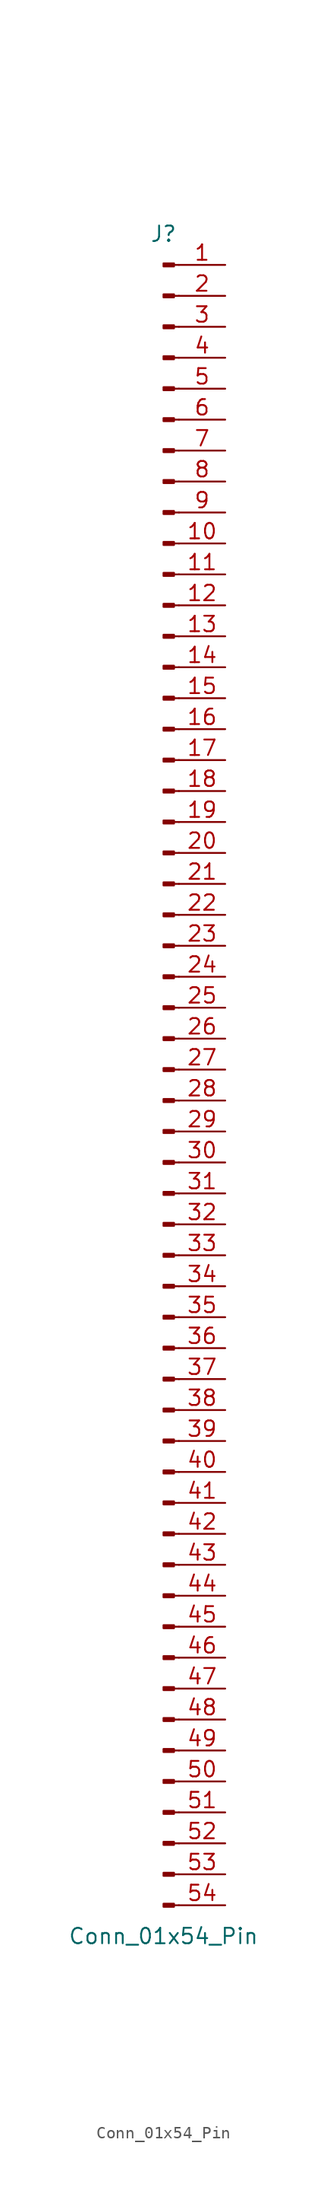
<source format=kicad_sym>
(kicad_symbol_lib
  (version 20241209)
  (generator "kicad_symbol_editor")
  (generator_version "9.0")
  (symbol "Conn_01x54_Pin"
    (pin_names
      (offset 1.016)
      (hide yes))
    (property "Reference" "J"
      (at 0 68.58 0)
      (effects (font (size 1.27 1.27))))
    (property "Value" "Conn_01x54_Pin"
      (at 0 -71.12 0)
      (effects (font (size 1.27 1.27))))
    (property "ki_locked" ""
      (at 0 0 0)
      (effects (font (size 1.27 1.27))))
    (symbol "Conn_01x54_Pin_1_1"
      (rectangle (start 0.864 66.167) (end 0 65.913) (stroke (width 0.152) (type default)) (fill (type outline)))
      (rectangle (start 0.864 63.627) (end 0 63.373) (stroke (width 0.152) (type default)) (fill (type outline)))
      (rectangle (start 0.864 61.087) (end 0 60.833) (stroke (width 0.152) (type default)) (fill (type outline)))
      (rectangle (start 0.864 58.547) (end 0 58.293) (stroke (width 0.152) (type default)) (fill (type outline)))
      (rectangle (start 0.864 56.007) (end 0 55.753) (stroke (width 0.152) (type default)) (fill (type outline)))
      (rectangle (start 0.864 53.467) (end 0 53.213) (stroke (width 0.152) (type default)) (fill (type outline)))
      (rectangle (start 0.864 50.927) (end 0 50.673) (stroke (width 0.152) (type default)) (fill (type outline)))
      (rectangle (start 0.864 48.387) (end 0 48.133) (stroke (width 0.152) (type default)) (fill (type outline)))
      (rectangle (start 0.864 45.847) (end 0 45.593) (stroke (width 0.152) (type default)) (fill (type outline)))
      (rectangle (start 0.864 43.307) (end 0 43.053) (stroke (width 0.152) (type default)) (fill (type outline)))
      (rectangle (start 0.864 40.767) (end 0 40.513) (stroke (width 0.152) (type default)) (fill (type outline)))
      (rectangle (start 0.864 38.227) (end 0 37.973) (stroke (width 0.152) (type default)) (fill (type outline)))
      (rectangle (start 0.864 35.687) (end 0 35.433) (stroke (width 0.152) (type default)) (fill (type outline)))
      (rectangle (start 0.864 33.147) (end 0 32.893) (stroke (width 0.152) (type default)) (fill (type outline)))
      (rectangle (start 0.864 30.607) (end 0 30.353) (stroke (width 0.152) (type default)) (fill (type outline)))
      (rectangle (start 0.864 28.067) (end 0 27.813) (stroke (width 0.152) (type default)) (fill (type outline)))
      (rectangle (start 0.864 25.527) (end 0 25.273) (stroke (width 0.152) (type default)) (fill (type outline)))
      (rectangle (start 0.864 22.987) (end 0 22.733) (stroke (width 0.152) (type default)) (fill (type outline)))
      (rectangle (start 0.864 20.447) (end 0 20.193) (stroke (width 0.152) (type default)) (fill (type outline)))
      (rectangle (start 0.864 17.907) (end 0 17.653) (stroke (width 0.152) (type default)) (fill (type outline)))
      (rectangle (start 0.864 15.367) (end 0 15.113) (stroke (width 0.152) (type default)) (fill (type outline)))
      (rectangle (start 0.864 12.827) (end 0 12.573) (stroke (width 0.152) (type default)) (fill (type outline)))
      (rectangle (start 0.864 10.287) (end 0 10.033) (stroke (width 0.152) (type default)) (fill (type outline)))
      (rectangle (start 0.864 7.747) (end 0 7.493) (stroke (width 0.152) (type default)) (fill (type outline)))
      (rectangle (start 0.864 5.207) (end 0 4.953) (stroke (width 0.152) (type default)) (fill (type outline)))
      (rectangle (start 0.864 2.667) (end 0 2.413) (stroke (width 0.152) (type default)) (fill (type outline)))
      (rectangle (start 0.864 0.127) (end 0 -0.127) (stroke (width 0.152) (type default)) (fill (type outline)))
      (rectangle (start 0.864 -2.413) (end 0 -2.667) (stroke (width 0.152) (type default)) (fill (type outline)))
      (rectangle (start 0.864 -4.953) (end 0 -5.207) (stroke (width 0.152) (type default)) (fill (type outline)))
      (rectangle (start 0.864 -7.493) (end 0 -7.747) (stroke (width 0.152) (type default)) (fill (type outline)))
      (rectangle (start 0.864 -10.033) (end 0 -10.287) (stroke (width 0.152) (type default)) (fill (type outline)))
      (rectangle (start 0.864 -12.573) (end 0 -12.827) (stroke (width 0.152) (type default)) (fill (type outline)))
      (rectangle (start 0.864 -15.113) (end 0 -15.367) (stroke (width 0.152) (type default)) (fill (type outline)))
      (rectangle (start 0.864 -17.653) (end 0 -17.907) (stroke (width 0.152) (type default)) (fill (type outline)))
      (rectangle (start 0.864 -20.193) (end 0 -20.447) (stroke (width 0.152) (type default)) (fill (type outline)))
      (rectangle (start 0.864 -22.733) (end 0 -22.987) (stroke (width 0.152) (type default)) (fill (type outline)))
      (rectangle (start 0.864 -25.273) (end 0 -25.527) (stroke (width 0.152) (type default)) (fill (type outline)))
      (rectangle (start 0.864 -27.813) (end 0 -28.067) (stroke (width 0.152) (type default)) (fill (type outline)))
      (rectangle (start 0.864 -30.353) (end 0 -30.607) (stroke (width 0.152) (type default)) (fill (type outline)))
      (rectangle (start 0.864 -32.893) (end 0 -33.147) (stroke (width 0.152) (type default)) (fill (type outline)))
      (rectangle (start 0.864 -35.433) (end 0 -35.687) (stroke (width 0.152) (type default)) (fill (type outline)))
      (rectangle (start 0.864 -37.973) (end 0 -38.227) (stroke (width 0.152) (type default)) (fill (type outline)))
      (rectangle (start 0.864 -40.513) (end 0 -40.767) (stroke (width 0.152) (type default)) (fill (type outline)))
      (rectangle (start 0.864 -43.053) (end 0 -43.307) (stroke (width 0.152) (type default)) (fill (type outline)))
      (rectangle (start 0.864 -45.593) (end 0 -45.847) (stroke (width 0.152) (type default)) (fill (type outline)))
      (rectangle (start 0.864 -48.133) (end 0 -48.387) (stroke (width 0.152) (type default)) (fill (type outline)))
      (rectangle (start 0.864 -50.673) (end 0 -50.927) (stroke (width 0.152) (type default)) (fill (type outline)))
      (rectangle (start 0.864 -53.213) (end 0 -53.467) (stroke (width 0.152) (type default)) (fill (type outline)))
      (rectangle (start 0.864 -55.753) (end 0 -56.007) (stroke (width 0.152) (type default)) (fill (type outline)))
      (rectangle (start 0.864 -58.293) (end 0 -58.547) (stroke (width 0.152) (type default)) (fill (type outline)))
      (rectangle (start 0.864 -60.833) (end 0 -61.087) (stroke (width 0.152) (type default)) (fill (type outline)))
      (rectangle (start 0.864 -63.373) (end 0 -63.627) (stroke (width 0.152) (type default)) (fill (type outline)))
      (rectangle (start 0.864 -65.913) (end 0 -66.167) (stroke (width 0.152) (type default)) (fill (type outline)))
      (rectangle (start 0.864 -68.453) (end 0 -68.707) (stroke (width 0.152) (type default)) (fill (type outline)))
      (polyline (pts (xy 1.27 66.04) (xy 0.864 66.04)) (stroke (width 0.152) (type default)) (fill (type none)))
      (polyline (pts (xy 1.27 63.5) (xy 0.864 63.5)) (stroke (width 0.152) (type default)) (fill (type none)))
      (polyline (pts (xy 1.27 60.96) (xy 0.864 60.96)) (stroke (width 0.152) (type default)) (fill (type none)))
      (polyline (pts (xy 1.27 58.42) (xy 0.864 58.42)) (stroke (width 0.152) (type default)) (fill (type none)))
      (polyline (pts (xy 1.27 55.88) (xy 0.864 55.88)) (stroke (width 0.152) (type default)) (fill (type none)))
      (polyline (pts (xy 1.27 53.34) (xy 0.864 53.34)) (stroke (width 0.152) (type default)) (fill (type none)))
      (polyline (pts (xy 1.27 50.8) (xy 0.864 50.8)) (stroke (width 0.152) (type default)) (fill (type none)))
      (polyline (pts (xy 1.27 48.26) (xy 0.864 48.26)) (stroke (width 0.152) (type default)) (fill (type none)))
      (polyline (pts (xy 1.27 45.72) (xy 0.864 45.72)) (stroke (width 0.152) (type default)) (fill (type none)))
      (polyline (pts (xy 1.27 43.18) (xy 0.864 43.18)) (stroke (width 0.152) (type default)) (fill (type none)))
      (polyline (pts (xy 1.27 40.64) (xy 0.864 40.64)) (stroke (width 0.152) (type default)) (fill (type none)))
      (polyline (pts (xy 1.27 38.1) (xy 0.864 38.1)) (stroke (width 0.152) (type default)) (fill (type none)))
      (polyline (pts (xy 1.27 35.56) (xy 0.864 35.56)) (stroke (width 0.152) (type default)) (fill (type none)))
      (polyline (pts (xy 1.27 33.02) (xy 0.864 33.02)) (stroke (width 0.152) (type default)) (fill (type none)))
      (polyline (pts (xy 1.27 30.48) (xy 0.864 30.48)) (stroke (width 0.152) (type default)) (fill (type none)))
      (polyline (pts (xy 1.27 27.94) (xy 0.864 27.94)) (stroke (width 0.152) (type default)) (fill (type none)))
      (polyline (pts (xy 1.27 25.4) (xy 0.864 25.4)) (stroke (width 0.152) (type default)) (fill (type none)))
      (polyline (pts (xy 1.27 22.86) (xy 0.864 22.86)) (stroke (width 0.152) (type default)) (fill (type none)))
      (polyline (pts (xy 1.27 20.32) (xy 0.864 20.32)) (stroke (width 0.152) (type default)) (fill (type none)))
      (polyline (pts (xy 1.27 17.78) (xy 0.864 17.78)) (stroke (width 0.152) (type default)) (fill (type none)))
      (polyline (pts (xy 1.27 15.24) (xy 0.864 15.24)) (stroke (width 0.152) (type default)) (fill (type none)))
      (polyline (pts (xy 1.27 12.7) (xy 0.864 12.7)) (stroke (width 0.152) (type default)) (fill (type none)))
      (polyline (pts (xy 1.27 10.16) (xy 0.864 10.16)) (stroke (width 0.152) (type default)) (fill (type none)))
      (polyline (pts (xy 1.27 7.62) (xy 0.864 7.62)) (stroke (width 0.152) (type default)) (fill (type none)))
      (polyline (pts (xy 1.27 5.08) (xy 0.864 5.08)) (stroke (width 0.152) (type default)) (fill (type none)))
      (polyline (pts (xy 1.27 2.54) (xy 0.864 2.54)) (stroke (width 0.152) (type default)) (fill (type none)))
      (polyline (pts (xy 1.27 0) (xy 0.864 0)) (stroke (width 0.152) (type default)) (fill (type none)))
      (polyline (pts (xy 1.27 -2.54) (xy 0.864 -2.54)) (stroke (width 0.152) (type default)) (fill (type none)))
      (polyline (pts (xy 1.27 -5.08) (xy 0.864 -5.08)) (stroke (width 0.152) (type default)) (fill (type none)))
      (polyline (pts (xy 1.27 -7.62) (xy 0.864 -7.62)) (stroke (width 0.152) (type default)) (fill (type none)))
      (polyline (pts (xy 1.27 -10.16) (xy 0.864 -10.16)) (stroke (width 0.152) (type default)) (fill (type none)))
      (polyline (pts (xy 1.27 -12.7) (xy 0.864 -12.7)) (stroke (width 0.152) (type default)) (fill (type none)))
      (polyline (pts (xy 1.27 -15.24) (xy 0.864 -15.24)) (stroke (width 0.152) (type default)) (fill (type none)))
      (polyline (pts (xy 1.27 -17.78) (xy 0.864 -17.78)) (stroke (width 0.152) (type default)) (fill (type none)))
      (polyline (pts (xy 1.27 -20.32) (xy 0.864 -20.32)) (stroke (width 0.152) (type default)) (fill (type none)))
      (polyline (pts (xy 1.27 -22.86) (xy 0.864 -22.86)) (stroke (width 0.152) (type default)) (fill (type none)))
      (polyline (pts (xy 1.27 -25.4) (xy 0.864 -25.4)) (stroke (width 0.152) (type default)) (fill (type none)))
      (polyline (pts (xy 1.27 -27.94) (xy 0.864 -27.94)) (stroke (width 0.152) (type default)) (fill (type none)))
      (polyline (pts (xy 1.27 -30.48) (xy 0.864 -30.48)) (stroke (width 0.152) (type default)) (fill (type none)))
      (polyline (pts (xy 1.27 -33.02) (xy 0.864 -33.02)) (stroke (width 0.152) (type default)) (fill (type none)))
      (polyline (pts (xy 1.27 -35.56) (xy 0.864 -35.56)) (stroke (width 0.152) (type default)) (fill (type none)))
      (polyline (pts (xy 1.27 -38.1) (xy 0.864 -38.1)) (stroke (width 0.152) (type default)) (fill (type none)))
      (polyline (pts (xy 1.27 -40.64) (xy 0.864 -40.64)) (stroke (width 0.152) (type default)) (fill (type none)))
      (polyline (pts (xy 1.27 -43.18) (xy 0.864 -43.18)) (stroke (width 0.152) (type default)) (fill (type none)))
      (polyline (pts (xy 1.27 -45.72) (xy 0.864 -45.72)) (stroke (width 0.152) (type default)) (fill (type none)))
      (polyline (pts (xy 1.27 -48.26) (xy 0.864 -48.26)) (stroke (width 0.152) (type default)) (fill (type none)))
      (polyline (pts (xy 1.27 -50.8) (xy 0.864 -50.8)) (stroke (width 0.152) (type default)) (fill (type none)))
      (polyline (pts (xy 1.27 -53.34) (xy 0.864 -53.34)) (stroke (width 0.152) (type default)) (fill (type none)))
      (polyline (pts (xy 1.27 -55.88) (xy 0.864 -55.88)) (stroke (width 0.152) (type default)) (fill (type none)))
      (polyline (pts (xy 1.27 -58.42) (xy 0.864 -58.42)) (stroke (width 0.152) (type default)) (fill (type none)))
      (polyline (pts (xy 1.27 -60.96) (xy 0.864 -60.96)) (stroke (width 0.152) (type default)) (fill (type none)))
      (polyline (pts (xy 1.27 -63.5) (xy 0.864 -63.5)) (stroke (width 0.152) (type default)) (fill (type none)))
      (polyline (pts (xy 1.27 -66.04) (xy 0.864 -66.04)) (stroke (width 0.152) (type default)) (fill (type none)))
      (polyline (pts (xy 1.27 -68.58) (xy 0.864 -68.58)) (stroke (width 0.152) (type default)) (fill (type none)))
      (pin passive line (at 5.08 66.04 180) (length 3.81) (name "Pin_1" (effects (font (size 1.27 1.27)))) (number "1" (effects (font (size 1.27 1.27)))))
      (pin passive line (at 5.08 63.5 180) (length 3.81) (name "Pin_2" (effects (font (size 1.27 1.27)))) (number "2" (effects (font (size 1.27 1.27)))))
      (pin passive line (at 5.08 60.96 180) (length 3.81) (name "Pin_3" (effects (font (size 1.27 1.27)))) (number "3" (effects (font (size 1.27 1.27)))))
      (pin passive line (at 5.08 58.42 180) (length 3.81) (name "Pin_4" (effects (font (size 1.27 1.27)))) (number "4" (effects (font (size 1.27 1.27)))))
      (pin passive line (at 5.08 55.88 180) (length 3.81) (name "Pin_5" (effects (font (size 1.27 1.27)))) (number "5" (effects (font (size 1.27 1.27)))))
      (pin passive line (at 5.08 53.34 180) (length 3.81) (name "Pin_6" (effects (font (size 1.27 1.27)))) (number "6" (effects (font (size 1.27 1.27)))))
      (pin passive line (at 5.08 50.8 180) (length 3.81) (name "Pin_7" (effects (font (size 1.27 1.27)))) (number "7" (effects (font (size 1.27 1.27)))))
      (pin passive line (at 5.08 48.26 180) (length 3.81) (name "Pin_8" (effects (font (size 1.27 1.27)))) (number "8" (effects (font (size 1.27 1.27)))))
      (pin passive line (at 5.08 45.72 180) (length 3.81) (name "Pin_9" (effects (font (size 1.27 1.27)))) (number "9" (effects (font (size 1.27 1.27)))))
      (pin passive line (at 5.08 43.18 180) (length 3.81) (name "Pin_10" (effects (font (size 1.27 1.27)))) (number "10" (effects (font (size 1.27 1.27)))))
      (pin passive line (at 5.08 40.64 180) (length 3.81) (name "Pin_11" (effects (font (size 1.27 1.27)))) (number "11" (effects (font (size 1.27 1.27)))))
      (pin passive line (at 5.08 38.1 180) (length 3.81) (name "Pin_12" (effects (font (size 1.27 1.27)))) (number "12" (effects (font (size 1.27 1.27)))))
      (pin passive line (at 5.08 35.56 180) (length 3.81) (name "Pin_13" (effects (font (size 1.27 1.27)))) (number "13" (effects (font (size 1.27 1.27)))))
      (pin passive line (at 5.08 33.02 180) (length 3.81) (name "Pin_14" (effects (font (size 1.27 1.27)))) (number "14" (effects (font (size 1.27 1.27)))))
      (pin passive line (at 5.08 30.48 180) (length 3.81) (name "Pin_15" (effects (font (size 1.27 1.27)))) (number "15" (effects (font (size 1.27 1.27)))))
      (pin passive line (at 5.08 27.94 180) (length 3.81) (name "Pin_16" (effects (font (size 1.27 1.27)))) (number "16" (effects (font (size 1.27 1.27)))))
      (pin passive line (at 5.08 25.4 180) (length 3.81) (name "Pin_17" (effects (font (size 1.27 1.27)))) (number "17" (effects (font (size 1.27 1.27)))))
      (pin passive line (at 5.08 22.86 180) (length 3.81) (name "Pin_18" (effects (font (size 1.27 1.27)))) (number "18" (effects (font (size 1.27 1.27)))))
      (pin passive line (at 5.08 20.32 180) (length 3.81) (name "Pin_19" (effects (font (size 1.27 1.27)))) (number "19" (effects (font (size 1.27 1.27)))))
      (pin passive line (at 5.08 17.78 180) (length 3.81) (name "Pin_20" (effects (font (size 1.27 1.27)))) (number "20" (effects (font (size 1.27 1.27)))))
      (pin passive line (at 5.08 15.24 180) (length 3.81) (name "Pin_21" (effects (font (size 1.27 1.27)))) (number "21" (effects (font (size 1.27 1.27)))))
      (pin passive line (at 5.08 12.7 180) (length 3.81) (name "Pin_22" (effects (font (size 1.27 1.27)))) (number "22" (effects (font (size 1.27 1.27)))))
      (pin passive line (at 5.08 10.16 180) (length 3.81) (name "Pin_23" (effects (font (size 1.27 1.27)))) (number "23" (effects (font (size 1.27 1.27)))))
      (pin passive line (at 5.08 7.62 180) (length 3.81) (name "Pin_24" (effects (font (size 1.27 1.27)))) (number "24" (effects (font (size 1.27 1.27)))))
      (pin passive line (at 5.08 5.08 180) (length 3.81) (name "Pin_25" (effects (font (size 1.27 1.27)))) (number "25" (effects (font (size 1.27 1.27)))))
      (pin passive line (at 5.08 2.54 180) (length 3.81) (name "Pin_26" (effects (font (size 1.27 1.27)))) (number "26" (effects (font (size 1.27 1.27)))))
      (pin passive line (at 5.08 0 180) (length 3.81) (name "Pin_27" (effects (font (size 1.27 1.27)))) (number "27" (effects (font (size 1.27 1.27)))))
      (pin passive line (at 5.08 -2.54 180) (length 3.81) (name "Pin_28" (effects (font (size 1.27 1.27)))) (number "28" (effects (font (size 1.27 1.27)))))
      (pin passive line (at 5.08 -5.08 180) (length 3.81) (name "Pin_29" (effects (font (size 1.27 1.27)))) (number "29" (effects (font (size 1.27 1.27)))))
      (pin passive line (at 5.08 -7.62 180) (length 3.81) (name "Pin_30" (effects (font (size 1.27 1.27)))) (number "30" (effects (font (size 1.27 1.27)))))
      (pin passive line (at 5.08 -10.16 180) (length 3.81) (name "Pin_31" (effects (font (size 1.27 1.27)))) (number "31" (effects (font (size 1.27 1.27)))))
      (pin passive line (at 5.08 -12.7 180) (length 3.81) (name "Pin_32" (effects (font (size 1.27 1.27)))) (number "32" (effects (font (size 1.27 1.27)))))
      (pin passive line (at 5.08 -15.24 180) (length 3.81) (name "Pin_33" (effects (font (size 1.27 1.27)))) (number "33" (effects (font (size 1.27 1.27)))))
      (pin passive line (at 5.08 -17.78 180) (length 3.81) (name "Pin_34" (effects (font (size 1.27 1.27)))) (number "34" (effects (font (size 1.27 1.27)))))
      (pin passive line (at 5.08 -20.32 180) (length 3.81) (name "Pin_35" (effects (font (size 1.27 1.27)))) (number "35" (effects (font (size 1.27 1.27)))))
      (pin passive line (at 5.08 -22.86 180) (length 3.81) (name "Pin_36" (effects (font (size 1.27 1.27)))) (number "36" (effects (font (size 1.27 1.27)))))
      (pin passive line (at 5.08 -25.4 180) (length 3.81) (name "Pin_37" (effects (font (size 1.27 1.27)))) (number "37" (effects (font (size 1.27 1.27)))))
      (pin passive line (at 5.08 -27.94 180) (length 3.81) (name "Pin_38" (effects (font (size 1.27 1.27)))) (number "38" (effects (font (size 1.27 1.27)))))
      (pin passive line (at 5.08 -30.48 180) (length 3.81) (name "Pin_39" (effects (font (size 1.27 1.27)))) (number "39" (effects (font (size 1.27 1.27)))))
      (pin passive line (at 5.08 -33.02 180) (length 3.81) (name "Pin_40" (effects (font (size 1.27 1.27)))) (number "40" (effects (font (size 1.27 1.27)))))
      (pin passive line (at 5.08 -35.56 180) (length 3.81) (name "Pin_41" (effects (font (size 1.27 1.27)))) (number "41" (effects (font (size 1.27 1.27)))))
      (pin passive line (at 5.08 -38.1 180) (length 3.81) (name "Pin_42" (effects (font (size 1.27 1.27)))) (number "42" (effects (font (size 1.27 1.27)))))
      (pin passive line (at 5.08 -40.64 180) (length 3.81) (name "Pin_43" (effects (font (size 1.27 1.27)))) (number "43" (effects (font (size 1.27 1.27)))))
      (pin passive line (at 5.08 -43.18 180) (length 3.81) (name "Pin_44" (effects (font (size 1.27 1.27)))) (number "44" (effects (font (size 1.27 1.27)))))
      (pin passive line (at 5.08 -45.72 180) (length 3.81) (name "Pin_45" (effects (font (size 1.27 1.27)))) (number "45" (effects (font (size 1.27 1.27)))))
      (pin passive line (at 5.08 -48.26 180) (length 3.81) (name "Pin_46" (effects (font (size 1.27 1.27)))) (number "46" (effects (font (size 1.27 1.27)))))
      (pin passive line (at 5.08 -50.8 180) (length 3.81) (name "Pin_47" (effects (font (size 1.27 1.27)))) (number "47" (effects (font (size 1.27 1.27)))))
      (pin passive line (at 5.08 -53.34 180) (length 3.81) (name "Pin_48" (effects (font (size 1.27 1.27)))) (number "48" (effects (font (size 1.27 1.27)))))
      (pin passive line (at 5.08 -55.88 180) (length 3.81) (name "Pin_49" (effects (font (size 1.27 1.27)))) (number "49" (effects (font (size 1.27 1.27)))))
      (pin passive line (at 5.08 -58.42 180) (length 3.81) (name "Pin_50" (effects (font (size 1.27 1.27)))) (number "50" (effects (font (size 1.27 1.27)))))
      (pin passive line (at 5.08 -60.96 180) (length 3.81) (name "Pin_51" (effects (font (size 1.27 1.27)))) (number "51" (effects (font (size 1.27 1.27)))))
      (pin passive line (at 5.08 -63.5 180) (length 3.81) (name "Pin_52" (effects (font (size 1.27 1.27)))) (number "52" (effects (font (size 1.27 1.27)))))
      (pin passive line (at 5.08 -66.04 180) (length 3.81) (name "Pin_53" (effects (font (size 1.27 1.27)))) (number "53" (effects (font (size 1.27 1.27)))))
      (pin passive line (at 5.08 -68.58 180) (length 3.81) (name "Pin_54" (effects (font (size 1.27 1.27)))) (number "54" (effects (font (size 1.27 1.27))))))))
</source>
